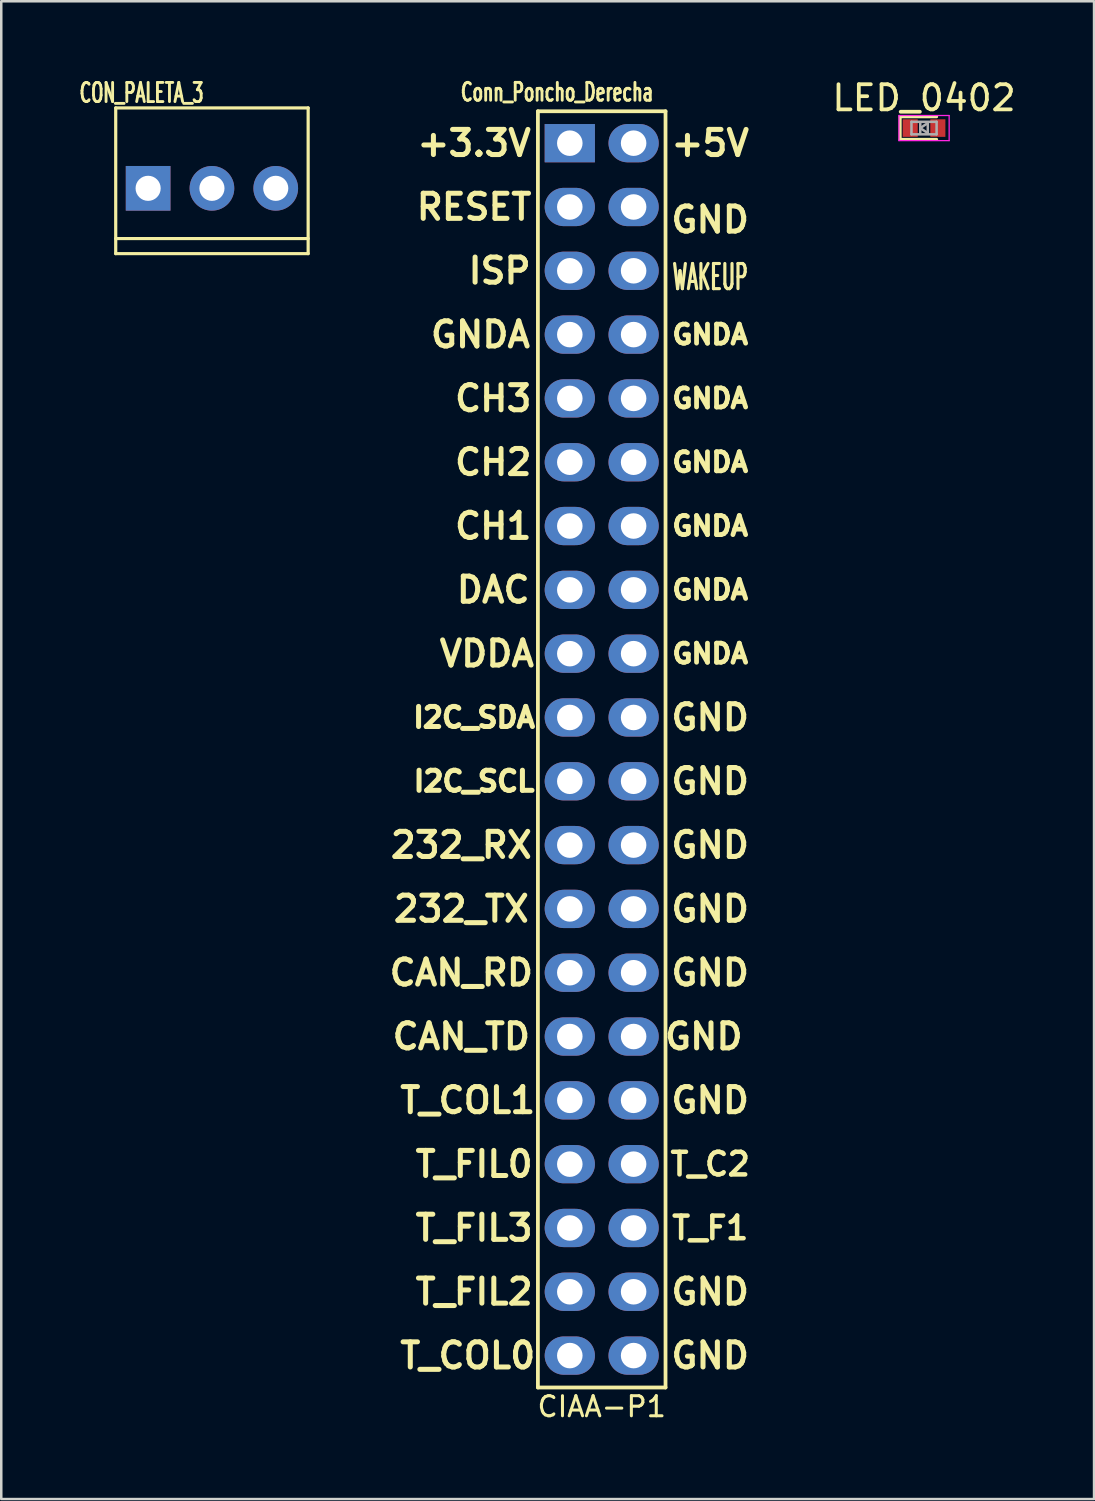
<source format=kicad_pcb>
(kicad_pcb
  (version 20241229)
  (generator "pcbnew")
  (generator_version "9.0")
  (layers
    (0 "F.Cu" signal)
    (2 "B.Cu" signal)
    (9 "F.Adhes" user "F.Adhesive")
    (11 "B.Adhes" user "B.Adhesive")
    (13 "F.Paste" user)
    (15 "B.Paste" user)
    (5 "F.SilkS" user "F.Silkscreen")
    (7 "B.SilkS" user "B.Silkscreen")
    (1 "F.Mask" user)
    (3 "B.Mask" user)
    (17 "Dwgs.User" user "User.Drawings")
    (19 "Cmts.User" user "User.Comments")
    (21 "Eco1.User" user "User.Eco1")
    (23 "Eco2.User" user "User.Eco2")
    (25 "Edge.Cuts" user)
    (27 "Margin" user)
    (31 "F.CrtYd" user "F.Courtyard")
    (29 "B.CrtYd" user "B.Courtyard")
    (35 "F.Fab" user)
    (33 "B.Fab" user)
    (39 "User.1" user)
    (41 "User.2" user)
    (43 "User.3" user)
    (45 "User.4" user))
  (footprint "Conn_Poncho_Derecha"
    (layer "F.Cu")
    (at 19.631 2.649)
    (property "Reference" "Conn_Poncho_Derecha" (at -0.508 -2.032 0) (layer "F.SilkS") (effects (font (size 0.711 0.457) (thickness 0.114))))
    (attr through_hole)
    (fp_line (start -1.27 49.53) (end -1.27 -1.27) (stroke (width 0.15) (type solid)) (layer "F.SilkS"))
    (fp_line (start 3.81 -1.27) (end -1.27 -1.27) (stroke (width 0.15) (type solid)) (layer "F.SilkS"))
    (fp_line (start 3.81 49.53) (end -1.27 49.53) (stroke (width 0.15) (type solid)) (layer "F.SilkS"))
    (fp_line (start 3.81 49.53) (end 3.81 -1.27) (stroke (width 0.15) (type solid)) (layer "F.SilkS"))
    (fp_text user "CIAA-P1" (at 1.27 50.292 0) (layer "F.SilkS") (effects (font (size 0.8 0.8) (thickness 0.12))))
    (fp_text user "T_FIL0" (at -3.81 40.64 0) (layer "F.SilkS") (effects (font (size 1 1) (thickness 0.2))))
    (fp_text user "T_FIL3" (at -3.81 43.18 0) (layer "F.SilkS") (effects (font (size 1 1) (thickness 0.2))))
    (fp_text user "232_TX" (at -4.318 30.48 0) (layer "F.SilkS") (effects (font (size 1 1) (thickness 0.2))))
    (fp_text user "+3.3V" (at -3.81 0 0) (layer "F.SilkS") (effects (font (size 1 1) (thickness 0.2))))
    (fp_text user "ISP" (at -2.794 5.08 0) (layer "F.SilkS") (effects (font (size 1 1) (thickness 0.2))))
    (fp_text user "GND" (at 5.588 3.048 0) (layer "F.SilkS") (effects (font (size 1 1) (thickness 0.2))))
    (fp_text user "GND" (at 5.588 33.02 0) (layer "F.SilkS") (effects (font (size 1 1) (thickness 0.2))))
    (fp_text user "T_C2" (at 5.588 40.64 0) (layer "F.SilkS") (effects (font (size 0.9 0.9) (thickness 0.18))))
    (fp_text user "T_COL1" (at -4.064 38.1 0) (layer "F.SilkS") (effects (font (size 1 1) (thickness 0.2))))
    (fp_text user "CH3" (at -3.048 10.16 0) (layer "F.SilkS") (effects (font (size 1 1) (thickness 0.2))))
    (fp_text user "T_COL0" (at -4.064 48.26 0) (layer "F.SilkS") (effects (font (size 1 1) (thickness 0.2))))
    (fp_text user "RESET" (at -3.81 2.54 0) (layer "F.SilkS") (effects (font (size 1 1) (thickness 0.2))))
    (fp_text user "CAN_RD" (at -4.318 33.02 0) (layer "F.SilkS") (effects (font (size 1 1) (thickness 0.2))))
    (fp_text user "I2C_SCL" (at -3.81 25.4 0) (layer "F.SilkS") (effects (font (size 0.8 0.8) (thickness 0.2))))
    (fp_text user "CAN_TD" (at -4.318 35.56 0) (layer "F.SilkS") (effects (font (size 1 1) (thickness 0.2))))
    (fp_text user "WAKEUP" (at 5.588 5.334 0) (layer "F.SilkS") (effects (font (size 1 0.5) (thickness 0.125))))
    (fp_text user "CH1" (at -3.048 15.24 0) (layer "F.SilkS") (effects (font (size 1 1) (thickness 0.2))))
    (fp_text user "GND" (at 5.588 38.1 0) (layer "F.SilkS") (effects (font (size 1 1) (thickness 0.2))))
    (fp_text user "GNDA" (at 5.588 10.16 0) (layer "F.SilkS") (effects (font (size 0.76 0.76) (thickness 0.19))))
    (fp_text user "GNDA" (at 5.588 12.7 0) (layer "F.SilkS") (effects (font (size 0.76 0.76) (thickness 0.19))))
    (fp_text user "GND" (at 5.588 22.86 0) (layer "F.SilkS") (effects (font (size 1 1) (thickness 0.2))))
    (fp_text user "T_F1" (at 5.588 43.18 0) (layer "F.SilkS") (effects (font (size 0.9 0.9) (thickness 0.18))))
    (fp_text user "GNDA" (at 5.588 7.62 0) (layer "F.SilkS") (effects (font (size 0.76 0.76) (thickness 0.19))))
    (fp_text user "GNDA" (at 5.588 17.78 0) (layer "F.SilkS") (effects (font (size 0.76 0.76) (thickness 0.19))))
    (fp_text user "GNDA" (at 5.588 15.24 0) (layer "F.SilkS") (effects (font (size 0.76 0.76) (thickness 0.19))))
    (fp_text user "GND" (at 5.588 25.4 0) (layer "F.SilkS") (effects (font (size 1 1) (thickness 0.2))))
    (fp_text user "GND" (at 5.588 45.72 0) (layer "F.SilkS") (effects (font (size 1 1) (thickness 0.2))))
    (fp_text user "232_RX" (at -4.318 27.94 0) (layer "F.SilkS") (effects (font (size 1 1) (thickness 0.2))))
    (fp_text user "GND" (at 5.588 27.94 0) (layer "F.SilkS") (effects (font (size 1 1) (thickness 0.2))))
    (fp_text user "I2C_SDA" (at -3.81 22.86 0) (layer "F.SilkS") (effects (font (size 0.8 0.8) (thickness 0.2))))
    (fp_text user "GNDA" (at 5.588 20.32 0) (layer "F.SilkS") (effects (font (size 0.76 0.76) (thickness 0.19))))
    (fp_text user "GND" (at 5.334 35.56 0) (layer "F.SilkS") (effects (font (size 1 1) (thickness 0.2))))
    (fp_text user "DAC" (at -3.048 17.78 0) (layer "F.SilkS") (effects (font (size 1 1) (thickness 0.2))))
    (fp_text user "GND" (at 5.588 48.26 0) (layer "F.SilkS") (effects (font (size 1 1) (thickness 0.2))))
    (fp_text user "+5V" (at 5.588 0 0) (layer "F.SilkS") (effects (font (size 1 1) (thickness 0.2))))
    (fp_text user "T_FIL2" (at -3.81 45.72 0) (layer "F.SilkS") (effects (font (size 1 1) (thickness 0.2))))
    (fp_text user "GNDA" (at -3.556 7.62 0) (layer "F.SilkS") (effects (font (size 1 1) (thickness 0.2))))
    (fp_text user "CH2" (at -3.048 12.7 0) (layer "F.SilkS") (effects (font (size 1 1) (thickness 0.2))))
    (fp_text user "VDDA" (at -3.302 20.32 0) (layer "F.SilkS") (effects (font (size 1 1) (thickness 0.2))))
    (fp_text user "GND" (at 5.588 30.48 0) (layer "F.SilkS") (effects (font (size 1 1) (thickness 0.2))))
    (pad "1" thru_hole rect (at 0 0 270) (size 1.524 2) (drill 1.016) (layers "*.Cu" "*.Mask"))
    (pad "2" thru_hole oval (at 2.54 0 270) (size 1.524 2) (drill 1.016) (layers "*.Cu" "*.Mask"))
    (pad "3" thru_hole oval (at 0 2.54 270) (size 1.524 2) (drill 1.016) (layers "*.Cu" "*.Mask"))
    (pad "4" thru_hole oval (at 2.54 2.54 270) (size 1.524 2) (drill 1.016) (layers "*.Cu" "*.Mask"))
    (pad "5" thru_hole oval (at 0 5.08 270) (size 1.524 2) (drill 1.016) (layers "*.Cu" "*.Mask"))
    (pad "6" thru_hole oval (at 2.54 5.08 270) (size 1.524 2) (drill 1.016) (layers "*.Cu" "*.Mask"))
    (pad "7" thru_hole oval (at 0 7.62 270) (size 1.524 2) (drill 1.016) (layers "*.Cu" "*.Mask"))
    (pad "8" thru_hole oval (at 2.54 7.62 270) (size 1.524 2) (drill 1.016) (layers "*.Cu" "*.Mask"))
    (pad "9" thru_hole oval (at 0 10.16 270) (size 1.524 2) (drill 1.016) (layers "*.Cu" "*.Mask"))
    (pad "10" thru_hole oval (at 2.54 10.16 270) (size 1.524 2) (drill 1.016) (layers "*.Cu" "*.Mask"))
    (pad "11" thru_hole oval (at 0 12.7 270) (size 1.524 2) (drill 1.016) (layers "*.Cu" "*.Mask"))
    (pad "12" thru_hole oval (at 2.54 12.7 270) (size 1.524 2) (drill 1.016) (layers "*.Cu" "*.Mask"))
    (pad "13" thru_hole oval (at 0 15.24 270) (size 1.524 2) (drill 1.016) (layers "*.Cu" "*.Mask"))
    (pad "14" thru_hole oval (at 2.54 15.24 270) (size 1.524 2) (drill 1.016) (layers "*.Cu" "*.Mask"))
    (pad "15" thru_hole oval (at 0 17.78 270) (size 1.524 2) (drill 1.016) (layers "*.Cu" "*.Mask"))
    (pad "16" thru_hole oval (at 2.54 17.78 270) (size 1.524 2) (drill 1.016) (layers "*.Cu" "*.Mask"))
    (pad "17" thru_hole oval (at 0 20.32 270) (size 1.524 2) (drill 1.016) (layers "*.Cu" "*.Mask"))
    (pad "18" thru_hole oval (at 2.54 20.32 270) (size 1.524 2) (drill 1.016) (layers "*.Cu" "*.Mask"))
    (pad "19" thru_hole oval (at 0 22.86 270) (size 1.524 2) (drill 1.016) (layers "*.Cu" "*.Mask"))
    (pad "20" thru_hole oval (at 2.54 22.86 270) (size 1.524 2) (drill 1.016) (layers "*.Cu" "*.Mask"))
    (pad "21" thru_hole oval (at 0 25.4 270) (size 1.524 2) (drill 1.016) (layers "*.Cu" "*.Mask"))
    (pad "22" thru_hole oval (at 2.54 25.4 270) (size 1.524 2) (drill 1.016) (layers "*.Cu" "*.Mask"))
    (pad "23" thru_hole oval (at 0 27.94 270) (size 1.524 2) (drill 1.016) (layers "*.Cu" "*.Mask"))
    (pad "24" thru_hole oval (at 2.54 27.94 270) (size 1.524 2) (drill 1.016) (layers "*.Cu" "*.Mask"))
    (pad "25" thru_hole oval (at 0 30.48 270) (size 1.524 2) (drill 1.016) (layers "*.Cu" "*.Mask"))
    (pad "26" thru_hole oval (at 2.54 30.48 270) (size 1.524 2) (drill 1.016) (layers "*.Cu" "*.Mask"))
    (pad "27" thru_hole oval (at 0 33.02 270) (size 1.524 2) (drill 1.016) (layers "*.Cu" "*.Mask"))
    (pad "28" thru_hole oval (at 2.54 33.02 270) (size 1.524 2) (drill 1.016) (layers "*.Cu" "*.Mask"))
    (pad "29" thru_hole oval (at 0 35.56 270) (size 1.524 2) (drill 1.016) (layers "*.Cu" "*.Mask"))
    (pad "30" thru_hole oval (at 2.54 35.56 270) (size 1.524 2) (drill 1.016) (layers "*.Cu" "*.Mask"))
    (pad "31" thru_hole oval (at 0 38.1 270) (size 1.524 2) (drill 1.016) (layers "*.Cu" "*.Mask"))
    (pad "32" thru_hole oval (at 2.54 38.1 270) (size 1.524 2) (drill 1.016) (layers "*.Cu" "*.Mask"))
    (pad "33" thru_hole oval (at 0 40.64 270) (size 1.524 2) (drill 1.016) (layers "*.Cu" "*.Mask"))
    (pad "34" thru_hole oval (at 2.54 40.64 270) (size 1.524 2) (drill 1.016) (layers "*.Cu" "*.Mask"))
    (pad "35" thru_hole oval (at 0 43.18 270) (size 1.524 2) (drill 1.016) (layers "*.Cu" "*.Mask"))
    (pad "36" thru_hole oval (at 2.54 43.18 270) (size 1.524 2) (drill 1.016) (layers "*.Cu" "*.Mask"))
    (pad "37" thru_hole oval (at 0 45.72 270) (size 1.524 2) (drill 1.016) (layers "*.Cu" "*.Mask"))
    (pad "38" thru_hole oval (at 2.54 45.72 270) (size 1.524 2) (drill 1.016) (layers "*.Cu" "*.Mask"))
    (pad "39" thru_hole oval (at 0 48.26 270) (size 1.524 2) (drill 1.016) (layers "*.Cu" "*.Mask"))
    (pad "40" thru_hole oval (at 2.54 48.26 270) (size 1.524 2) (drill 1.016) (layers "*.Cu" "*.Mask")))
  (footprint "CON_PALETA_3"
    (layer "F.Cu")
    (at 5.386 4.446)
    (property "Reference" "CON_PALETA_3" (at -2.8 -3.8 0) (layer "F.SilkS") (effects (font (size 0.762 0.457) (thickness 0.127))))
    (attr through_hole)
    (fp_line (start -3.83 -3.2) (end 3.83 -3.2) (stroke (width 0.127) (type solid)) (layer "F.SilkS"))
    (fp_line (start -3.83 2.6) (end -3.83 -3.2) (stroke (width 0.127) (type solid)) (layer "F.SilkS"))
    (fp_line (start 3.83 -3.2) (end 3.83 2.6) (stroke (width 0.127) (type solid)) (layer "F.SilkS"))
    (fp_line (start 3.83 2) (end -3.83 2) (stroke (width 0.127) (type solid)) (layer "F.SilkS"))
    (fp_line (start 3.83 2.6) (end -3.83 2.6) (stroke (width 0.127) (type solid)) (layer "F.SilkS"))
    (pad "1" thru_hole rect (at -2.54 0) (size 1.778 1.778) (drill 1) (layers "*.Cu" "*.Mask"))
    (pad "2" thru_hole circle (at 0 0) (size 1.778 1.778) (drill 1) (layers "*.Cu" "*.Mask"))
    (pad "3" thru_hole circle (at 2.54 0) (size 1.778 1.778) (drill 1) (layers "*.Cu" "*.Mask")))
  (footprint "LED_0402"
    (layer "F.Cu")
    (at 33.731 2.048)
    (property "Reference" "LED_0402" (at 0 -1.2 0) (layer "F.SilkS") (effects (font (size 1 1) (thickness 0.15))))
    (attr smd)
    (fp_line (start -0.95 -0.45) (end -0.95 0.45) (stroke (width 0.12) (type solid)) (layer "F.SilkS"))
    (fp_line (start -0.95 -0.45) (end 0.5 -0.45) (stroke (width 0.12) (type solid)) (layer "F.SilkS"))
    (fp_line (start -0.95 0.45) (end 0.5 0.45) (stroke (width 0.12) (type solid)) (layer "F.SilkS"))
    (fp_line (start -1 -0.5) (end 1 -0.5) (stroke (width 0.05) (type solid)) (layer "F.CrtYd"))
    (fp_line (start -1 0.5) (end -1 -0.5) (stroke (width 0.05) (type solid)) (layer "F.CrtYd"))
    (fp_line (start 1 -0.5) (end 1 0.5) (stroke (width 0.05) (type solid)) (layer "F.CrtYd"))
    (fp_line (start 1 0.5) (end -1 0.5) (stroke (width 0.05) (type solid)) (layer "F.CrtYd"))
    (fp_line (start -0.5 -0.25) (end 0.5 -0.25) (stroke (width 0.1) (type solid)) (layer "F.Fab"))
    (fp_line (start -0.5 0.25) (end -0.5 -0.25) (stroke (width 0.1) (type solid)) (layer "F.Fab"))
    (fp_line (start -0.15 -0.2) (end -0.15 0.2) (stroke (width 0.1) (type solid)) (layer "F.Fab"))
    (fp_line (start -0.15 0) (end 0.15 -0.2) (stroke (width 0.1) (type solid)) (layer "F.Fab"))
    (fp_line (start 0.15 -0.2) (end 0.15 0.2) (stroke (width 0.1) (type solid)) (layer "F.Fab"))
    (fp_line (start 0.15 0.2) (end -0.15 0) (stroke (width 0.1) (type solid)) (layer "F.Fab"))
    (fp_line (start 0.5 -0.25) (end 0.5 0.25) (stroke (width 0.1) (type solid)) (layer "F.Fab"))
    (fp_line (start 0.5 0.25) (end -0.5 0.25) (stroke (width 0.1) (type solid)) (layer "F.Fab"))
    (pad "1" smd rect (at -0.55 0 180) (size 0.6 0.7) (layers "F.Cu" "F.Mask" "F.Paste"))
    (pad "2" smd rect (at 0.55 0 180) (size 0.6 0.7) (layers "F.Cu" "F.Mask" "F.Paste")))
  (gr_rect
    (start -3 -3)
    (end 40.499 56.619)
    (stroke (width 0.1) (type default))
    (fill no)
    (layer "Edge.Cuts")))
</source>
